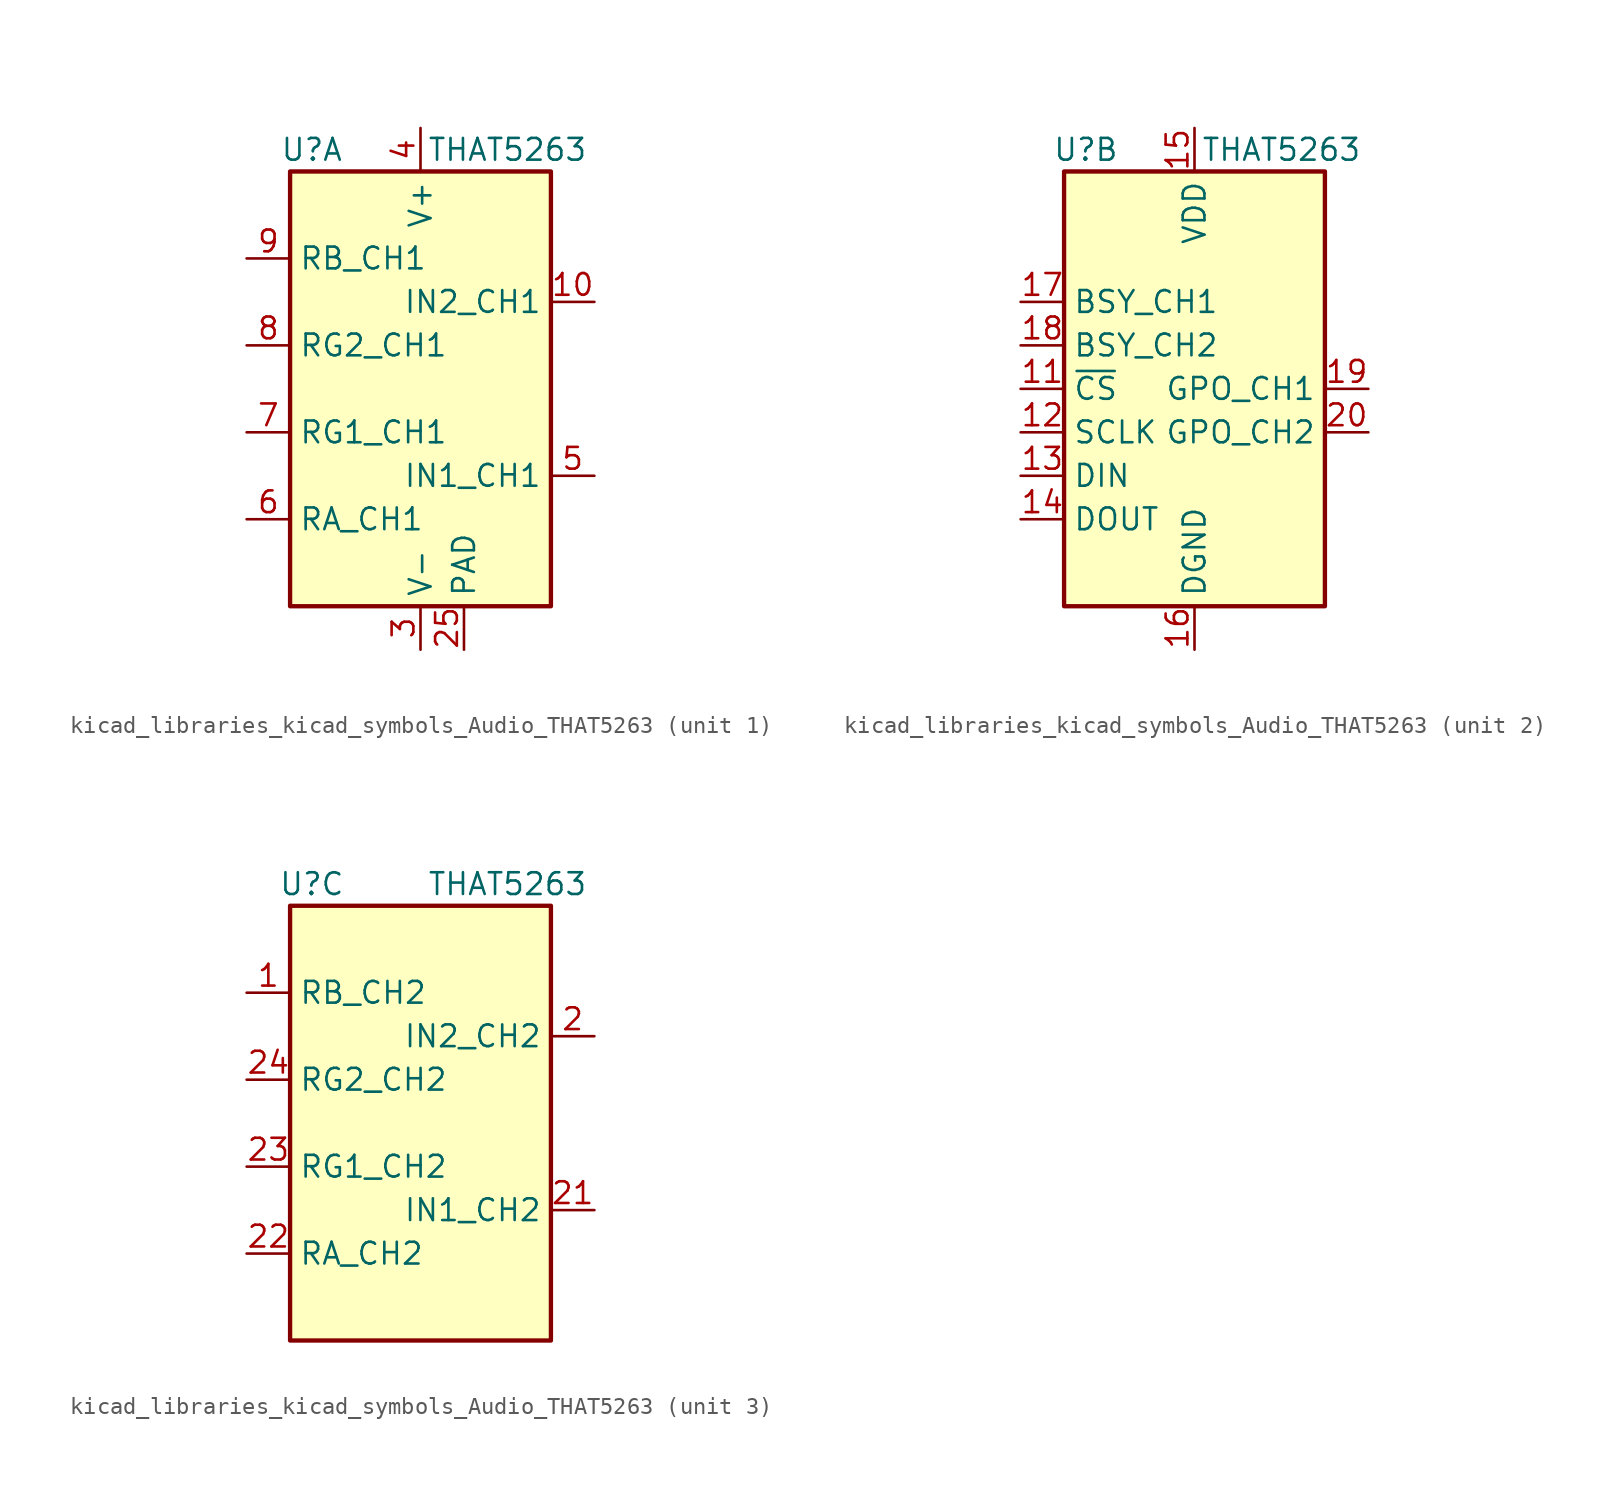
<source format=kicad_sym>
(kicad_symbol_lib
  (version 20220914)
  (generator kicad_symbol_editor)
  (symbol "kicad_libraries_kicad_symbols_Audio_THAT5263"
    (property "Reference" "U"
      (at -6.35 13.97 0)
      (effects (font (size 1.27 1.27))))
    (property "Value" "THAT5263"
      (at 5.08 13.97 0)
      (effects (font (size 1.27 1.27))))
    (property "ki_locked" ""
      (at 0 0 0)
      (effects (font (size 1.27 1.27))))
    (symbol "kicad_libraries_kicad_symbols_Audio_THAT5263_0_1"
      (rectangle (start -7.62 12.7) (end 7.62 -12.7) (stroke (width 0.254) (type default)) (fill (type background))))
    (symbol "kicad_libraries_kicad_symbols_Audio_THAT5263_1_1"
      (pin input line (at 10.16 5.08 180) (length 2.54) (name "IN2_CH1" (effects (font (size 1.27 1.27)))) (number "10" (effects (font (size 1.27 1.27)))))
      (pin passive line (at 2.54 -15.24 90) (length 2.54) (name "PAD" (effects (font (size 1.27 1.27)))) (number "25" (effects (font (size 1.27 1.27)))))
      (pin power_in line (at 0 -15.24 90) (length 2.54) (name "V-" (effects (font (size 1.27 1.27)))) (number "3" (effects (font (size 1.27 1.27)))))
      (pin power_in line (at 0 15.24 270) (length 2.54) (name "V+" (effects (font (size 1.27 1.27)))) (number "4" (effects (font (size 1.27 1.27)))))
      (pin input line (at 10.16 -5.08 180) (length 2.54) (name "IN1_CH1" (effects (font (size 1.27 1.27)))) (number "5" (effects (font (size 1.27 1.27)))))
      (pin passive line (at -10.16 -7.62 0) (length 2.54) (name "RA_CH1" (effects (font (size 1.27 1.27)))) (number "6" (effects (font (size 1.27 1.27)))))
      (pin passive line (at -10.16 -2.54 0) (length 2.54) (name "RG1_CH1" (effects (font (size 1.27 1.27)))) (number "7" (effects (font (size 1.27 1.27)))))
      (pin passive line (at -10.16 2.54 0) (length 2.54) (name "RG2_CH1" (effects (font (size 1.27 1.27)))) (number "8" (effects (font (size 1.27 1.27)))))
      (pin passive line (at -10.16 7.62 0) (length 2.54) (name "RB_CH1" (effects (font (size 1.27 1.27)))) (number "9" (effects (font (size 1.27 1.27))))))
    (symbol "kicad_libraries_kicad_symbols_Audio_THAT5263_2_1"
      (pin input line (at -10.16 0 0) (length 2.54) (name "~{CS}" (effects (font (size 1.27 1.27)))) (number "11" (effects (font (size 1.27 1.27)))))
      (pin input line (at -10.16 -2.54 0) (length 2.54) (name "SCLK" (effects (font (size 1.27 1.27)))) (number "12" (effects (font (size 1.27 1.27)))))
      (pin input line (at -10.16 -5.08 0) (length 2.54) (name "DIN" (effects (font (size 1.27 1.27)))) (number "13" (effects (font (size 1.27 1.27)))))
      (pin tri_state line (at -10.16 -7.62 0) (length 2.54) (name "DOUT" (effects (font (size 1.27 1.27)))) (number "14" (effects (font (size 1.27 1.27)))))
      (pin power_in line (at 0 15.24 270) (length 2.54) (name "VDD" (effects (font (size 1.27 1.27)))) (number "15" (effects (font (size 1.27 1.27)))))
      (pin power_in line (at 0 -15.24 90) (length 2.54) (name "DGND" (effects (font (size 1.27 1.27)))) (number "16" (effects (font (size 1.27 1.27)))))
      (pin output line (at -10.16 5.08 0) (length 2.54) (name "BSY_CH1" (effects (font (size 1.27 1.27)))) (number "17" (effects (font (size 1.27 1.27)))))
      (pin output line (at -10.16 2.54 0) (length 2.54) (name "BSY_CH2" (effects (font (size 1.27 1.27)))) (number "18" (effects (font (size 1.27 1.27)))))
      (pin output line (at 10.16 0 180) (length 2.54) (name "GPO_CH1" (effects (font (size 1.27 1.27)))) (number "19" (effects (font (size 1.27 1.27)))))
      (pin output line (at 10.16 -2.54 180) (length 2.54) (name "GPO_CH2" (effects (font (size 1.27 1.27)))) (number "20" (effects (font (size 1.27 1.27))))))
    (symbol "kicad_libraries_kicad_symbols_Audio_THAT5263_3_1"
      (pin passive line (at -10.16 7.62 0) (length 2.54) (name "RB_CH2" (effects (font (size 1.27 1.27)))) (number "1" (effects (font (size 1.27 1.27)))))
      (pin input line (at 10.16 5.08 180) (length 2.54) (name "IN2_CH2" (effects (font (size 1.27 1.27)))) (number "2" (effects (font (size 1.27 1.27)))))
      (pin input line (at 10.16 -5.08 180) (length 2.54) (name "IN1_CH2" (effects (font (size 1.27 1.27)))) (number "21" (effects (font (size 1.27 1.27)))))
      (pin passive line (at -10.16 -7.62 0) (length 2.54) (name "RA_CH2" (effects (font (size 1.27 1.27)))) (number "22" (effects (font (size 1.27 1.27)))))
      (pin passive line (at -10.16 -2.54 0) (length 2.54) (name "RG1_CH2" (effects (font (size 1.27 1.27)))) (number "23" (effects (font (size 1.27 1.27)))))
      (pin passive line (at -10.16 2.54 0) (length 2.54) (name "RG2_CH2" (effects (font (size 1.27 1.27)))) (number "24" (effects (font (size 1.27 1.27))))))))
</source>
